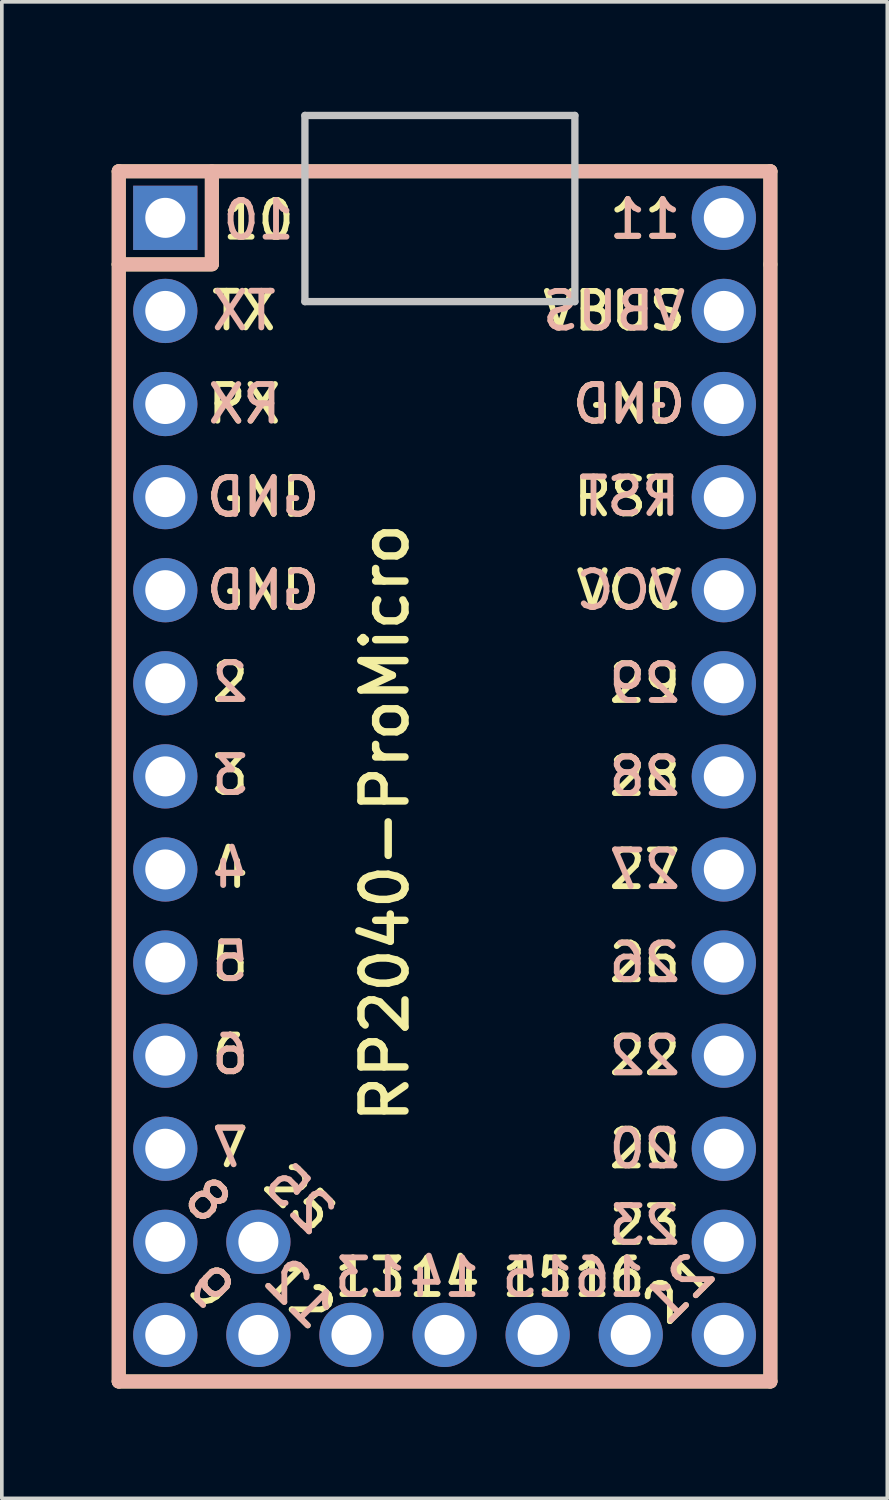
<source format=kicad_pcb>
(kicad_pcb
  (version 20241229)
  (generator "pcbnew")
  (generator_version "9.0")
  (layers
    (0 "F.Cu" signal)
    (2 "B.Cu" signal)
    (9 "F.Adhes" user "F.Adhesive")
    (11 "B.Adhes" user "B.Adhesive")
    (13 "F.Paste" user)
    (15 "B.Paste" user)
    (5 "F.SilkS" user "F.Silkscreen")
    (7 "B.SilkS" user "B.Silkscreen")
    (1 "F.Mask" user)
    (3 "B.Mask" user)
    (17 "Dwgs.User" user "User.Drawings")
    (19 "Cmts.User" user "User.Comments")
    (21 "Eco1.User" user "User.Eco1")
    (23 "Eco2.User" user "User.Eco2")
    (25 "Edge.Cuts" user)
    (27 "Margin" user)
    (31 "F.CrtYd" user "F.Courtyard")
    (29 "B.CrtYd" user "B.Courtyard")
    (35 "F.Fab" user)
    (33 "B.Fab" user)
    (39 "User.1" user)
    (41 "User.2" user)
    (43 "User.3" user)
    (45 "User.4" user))
  (footprint "RP2040-ProMicro"
    (layer "F.Cu")
    (at 11.07 17.414)
    (property "Reference" "RP2040-ProMicro" (at -3.615 1.99 270) (layer "F.SilkS") (effects (font (size 1.2 1.2) (thickness 0.203))))
    (attr through_hole allow_missing_courtyard)
    (fp_line (start -10.88 -15.79) (end -10.88 -13.25) (stroke (width 0.381) (type solid)) (layer "F.SilkS"))
    (fp_line (start -10.88 -13.25) (end -10.88 17.23) (stroke (width 0.381) (type solid)) (layer "F.SilkS"))
    (fp_line (start -10.88 17.23) (end 6.9 17.23) (stroke (width 0.381) (type solid)) (layer "F.SilkS"))
    (fp_line (start -8.34 -15.785) (end -8.34 -13.265) (stroke (width 0.381) (type solid)) (layer "F.SilkS"))
    (fp_line (start -8.34 -13.25) (end -10.88 -13.25) (stroke (width 0.381) (type solid)) (layer "F.SilkS"))
    (fp_line (start 6.9 -15.79) (end -10.88 -15.79) (stroke (width 0.381) (type solid)) (layer "F.SilkS"))
    (fp_line (start 6.9 -13.25) (end 6.9 -15.79) (stroke (width 0.381) (type solid)) (layer "F.SilkS"))
    (fp_line (start 6.9 17.23) (end 6.9 -13.25) (stroke (width 0.381) (type solid)) (layer "F.SilkS"))
    (fp_line (start -10.88 -15.79) (end -10.88 17.23) (stroke (width 0.381) (type solid)) (layer "B.SilkS"))
    (fp_line (start -10.88 17.23) (end 6.9 17.23) (stroke (width 0.381) (type solid)) (layer "B.SilkS"))
    (fp_line (start -8.34 -15.785) (end -8.34 -13.265) (stroke (width 0.381) (type solid)) (layer "B.SilkS"))
    (fp_line (start -8.34 -13.25) (end -10.88 -13.25) (stroke (width 0.381) (type solid)) (layer "B.SilkS"))
    (fp_line (start 6.9 -15.79) (end -10.88 -15.79) (stroke (width 0.381) (type solid)) (layer "B.SilkS"))
    (fp_line (start 6.9 17.23) (end 6.9 -15.79) (stroke (width 0.381) (type solid)) (layer "B.SilkS"))
    (fp_line (start -5.8 -17.314) (end 1.566 -17.314) (stroke (width 0.2) (type solid)) (layer "Dwgs.User"))
    (fp_line (start -5.8 -12.234) (end -5.8 -17.314) (stroke (width 0.2) (type solid)) (layer "Dwgs.User"))
    (fp_line (start 1.566 -17.314) (end 1.566 -12.234) (stroke (width 0.2) (type solid)) (layer "Dwgs.User"))
    (fp_line (start 1.566 -12.234) (end -5.8 -12.234) (stroke (width 0.2) (type solid)) (layer "Dwgs.User"))
    (fp_text user "13" (at -4.015 14.39 0) (layer "F.SilkS") (effects (font (size 1 1) (thickness 0.16))))
    (fp_text user "VCC" (at 3.046 -4.36 0) (layer "F.SilkS") (effects (font (size 1 1) (thickness 0.16))))
    (fp_text user "8" (at -8.465 12.29 315) (layer "F.SilkS") (effects (font (size 1 1) (thickness 0.16))))
    (fp_text user "9" (at -8.39 14.69 315) (layer "F.SilkS") (effects (font (size 1 1) (thickness 0.16))))
    (fp_text user "VBUS" (at 2.635 -11.98 0) (layer "F.SilkS") (effects (font (size 1 1) (thickness 0.16))))
    (fp_text user "15" (at 0.55 14.39 0) (layer "F.SilkS") (effects (font (size 1 1) (thickness 0.16))))
    (fp_text user "RST" (at 2.91 -6.91 0) (layer "F.SilkS") (effects (font (size 1 1) (thickness 0.16))))
    (fp_text user "22" (at 3.471 8.34 0) (layer "F.SilkS") (effects (font (size 1 1) (thickness 0.16))))
    (fp_text user "20" (at 3.471 10.88 0) (layer "F.SilkS") (effects (font (size 1 1) (thickness 0.16))))
    (fp_text user "GND" (at -6.94 -4.36 0) (layer "F.SilkS") (effects (font (size 1 1) (thickness 0.16))))
    (fp_text user "3" (at -7.84 0.69 0) (layer "F.SilkS") (effects (font (size 1 1) (thickness 0.16))))
    (fp_text user "6" (at -7.84 8.31 0) (layer "F.SilkS") (effects (font (size 1 1) (thickness 0.16))))
    (fp_text user "GND" (at -6.94 -6.9 0) (layer "F.SilkS") (effects (font (size 1 1) (thickness 0.16))))
    (fp_text user "16" (at 2.51 14.39 0) (layer "F.SilkS") (effects (font (size 1 1) (thickness 0.16))))
    (fp_text user "2" (at -7.84 -1.85 0) (layer "F.SilkS") (effects (font (size 1 1) (thickness 0.16))))
    (fp_text user "12" (at -5.94 14.84 315) (layer "F.SilkS") (effects (font (size 1 1) (thickness 0.16))))
    (fp_text user "11" (at 3.485 -14.485 0) (layer "F.SilkS") (effects (font (size 1 1) (thickness 0.16))))
    (fp_text user "28" (at 3.471 0.72 0) (layer "F.SilkS") (effects (font (size 1 1) (thickness 0.16))))
    (fp_text user "TX" (at -7.465 -11.985 0) (layer "F.SilkS") (effects (font (size 1 1) (thickness 0.16))))
    (fp_text user "5" (at -7.84 5.77 0) (layer "F.SilkS") (effects (font (size 1 1) (thickness 0.16))))
    (fp_text user "21" (at 4.41 14.69 45) (unlocked yes) (layer "F.SilkS") (effects (font (size 1 1) (thickness 0.16))))
    (fp_text user "27" (at 3.471 3.26 0) (layer "F.SilkS") (effects (font (size 1 1) (thickness 0.16))))
    (fp_text user "10" (at -7.065 -14.46 0) (layer "F.SilkS") (effects (font (size 1 1) (thickness 0.16))))
    (fp_text user "26" (at 3.471 5.8 0) (layer "F.SilkS") (effects (font (size 1 1) (thickness 0.16))))
    (fp_text user "GND" (at 3.046 -9.44 0) (layer "F.SilkS") (effects (font (size 1 1) (thickness 0.16))))
    (fp_text user "14" (at -1.99 14.39 0) (layer "F.SilkS") (effects (font (size 1 1) (thickness 0.16))))
    (fp_text user "23" (at 3.471 12.965 0) (layer "F.SilkS") (effects (font (size 1 1) (thickness 0.16))))
    (fp_text user "RX" (at -7.451 -9.44 0) (layer "F.SilkS") (effects (font (size 1 1) (thickness 0.16))))
    (fp_text user "7" (at -7.84 10.85 0) (layer "F.SilkS") (effects (font (size 1 1) (thickness 0.16))))
    (fp_text user "25" (at -5.94 12.24 315) (layer "F.SilkS") (effects (font (size 1 1) (thickness 0.16))))
    (fp_text user "4" (at -7.84 3.23 0) (layer "F.SilkS") (effects (font (size 1 1) (thickness 0.16))))
    (fp_text user "29" (at 3.471 -1.82 0) (layer "F.SilkS") (effects (font (size 1 1) (thickness 0.16))))
    (fp_text user "15" (at 0.55 14.39 0) (layer "B.SilkS") (effects (font (size 1 1) (thickness 0.16)) (justify mirror)))
    (fp_text user "5" (at -7.84 5.77 0) (layer "B.SilkS") (effects (font (size 1 1) (thickness 0.16)) (justify mirror)))
    (fp_text user "4" (at -7.84 3.23 0) (layer "B.SilkS") (effects (font (size 1 1) (thickness 0.16)) (justify mirror)))
    (fp_text user "25" (at -5.94 12.24 315) (layer "B.SilkS") (effects (font (size 1 1) (thickness 0.16)) (justify mirror)))
    (fp_text user "11" (at 3.485 -14.485 0) (layer "B.SilkS") (effects (font (size 1 1) (thickness 0.16)) (justify mirror)))
    (fp_text user "GND" (at -6.94 -4.36 0) (layer "B.SilkS") (effects (font (size 1 1) (thickness 0.16)) (justify mirror)))
    (fp_text user "13" (at -4.015 14.39 0) (layer "B.SilkS") (effects (font (size 1 1) (thickness 0.16)) (justify mirror)))
    (fp_text user "12" (at -5.94 14.84 315) (layer "B.SilkS") (effects (font (size 1 1) (thickness 0.16)) (justify mirror)))
    (fp_text user "23" (at 3.471 12.965 0) (layer "B.SilkS") (effects (font (size 1 1) (thickness 0.16)) (justify mirror)))
    (fp_text user "RX" (at -7.451 -9.44 0) (layer "B.SilkS") (effects (font (size 1 1) (thickness 0.16)) (justify mirror)))
    (fp_text user "22" (at 3.471 8.34 0) (layer "B.SilkS") (effects (font (size 1 1) (thickness 0.16)) (justify mirror)))
    (fp_text user "16" (at 2.51 14.39 0) (layer "B.SilkS") (effects (font (size 1 1) (thickness 0.16)) (justify mirror)))
    (fp_text user "20" (at 3.471 10.88 0) (layer "B.SilkS") (effects (font (size 1 1) (thickness 0.16)) (justify mirror)))
    (fp_text user "26" (at 3.471 5.8 0) (layer "B.SilkS") (effects (font (size 1 1) (thickness 0.16)) (justify mirror)))
    (fp_text user "10" (at -7.065 -14.46 0) (layer "B.SilkS") (effects (font (size 1 1) (thickness 0.16)) (justify mirror)))
    (fp_text user "21" (at 4.41 14.69 45) (unlocked yes) (layer "B.SilkS") (effects (font (size 1 1) (thickness 0.16)) (justify mirror)))
    (fp_text user "6" (at -7.84 8.31 0) (layer "B.SilkS") (effects (font (size 1 1) (thickness 0.16)) (justify mirror)))
    (fp_text user "8" (at -8.465 12.29 315) (layer "B.SilkS") (effects (font (size 1 1) (thickness 0.16)) (justify mirror)))
    (fp_text user "TX" (at -7.465 -11.985 0) (layer "B.SilkS") (effects (font (size 1 1) (thickness 0.16)) (justify mirror)))
    (fp_text user "28" (at 3.471 0.72 0) (layer "B.SilkS") (effects (font (size 1 1) (thickness 0.16)) (justify mirror)))
    (fp_text user "27" (at 3.471 3.26 0) (layer "B.SilkS") (effects (font (size 1 1) (thickness 0.16)) (justify mirror)))
    (fp_text user "GND" (at -6.94 -6.9 0) (layer "B.SilkS") (effects (font (size 1 1) (thickness 0.16)) (justify mirror)))
    (fp_text user "3" (at -7.84 0.69 0) (layer "B.SilkS") (effects (font (size 1 1) (thickness 0.16)) (justify mirror)))
    (fp_text user "VCC" (at 3.046 -4.36 0) (layer "B.SilkS") (effects (font (size 1 1) (thickness 0.16)) (justify mirror)))
    (fp_text user "7" (at -7.84 10.85 0) (layer "B.SilkS") (effects (font (size 1 1) (thickness 0.16)) (justify mirror)))
    (fp_text user "9" (at -8.39 14.69 315) (layer "B.SilkS") (effects (font (size 1 1) (thickness 0.16)) (justify mirror)))
    (fp_text user "RST" (at 3.05 -6.92 0) (layer "B.SilkS") (effects (font (size 1 1) (thickness 0.16)) (justify mirror)))
    (fp_text user "14" (at -1.99 14.39 0) (layer "B.SilkS") (effects (font (size 1 1) (thickness 0.16)) (justify mirror)))
    (fp_text user "GND" (at 3.046 -9.44 0) (layer "B.SilkS") (effects (font (size 1 1) (thickness 0.16)) (justify mirror)))
    (fp_text user "VBUS" (at 2.635 -11.98 0) (layer "B.SilkS") (effects (font (size 1 1) (thickness 0.16)) (justify mirror)))
    (fp_text user "29" (at 3.471 -1.82 0) (layer "B.SilkS") (effects (font (size 1 1) (thickness 0.16)) (justify mirror)))
    (fp_text user "2" (at -7.84 -1.85 0) (layer "B.SilkS") (effects (font (size 1 1) (thickness 0.16)) (justify mirror)))
    (pad "1" thru_hole rect (at -9.61 -14.52 270) (size 1.753 1.753) (drill 1.092) (layers "*.Cu" "*.Mask"))
    (pad "2" thru_hole circle (at -9.61 -11.98 270) (size 1.753 1.753) (drill 1.092) (layers "*.Cu" "*.Mask"))
    (pad "3" thru_hole circle (at -9.61 -9.44 270) (size 1.753 1.753) (drill 1.092) (layers "*.Cu" "*.Mask"))
    (pad "4" thru_hole circle (at -9.61 -6.9 270) (size 1.753 1.753) (drill 1.092) (layers "*.Cu" "*.Mask"))
    (pad "5" thru_hole circle (at -9.61 -4.36 270) (size 1.753 1.753) (drill 1.092) (layers "*.Cu" "*.Mask"))
    (pad "6" thru_hole circle (at -9.61 -1.82 270) (size 1.753 1.753) (drill 1.092) (layers "*.Cu" "*.Mask"))
    (pad "7" thru_hole circle (at -9.61 0.72 270) (size 1.753 1.753) (drill 1.092) (layers "*.Cu" "*.Mask"))
    (pad "8" thru_hole circle (at -9.61 3.26 270) (size 1.753 1.753) (drill 1.092) (layers "*.Cu" "*.Mask"))
    (pad "9" thru_hole circle (at -9.61 5.8 270) (size 1.753 1.753) (drill 1.092) (layers "*.Cu" "*.Mask"))
    (pad "10" thru_hole circle (at -9.61 8.34 270) (size 1.753 1.753) (drill 1.092) (layers "*.Cu" "*.Mask"))
    (pad "11" thru_hole circle (at -9.61 10.88 270) (size 1.753 1.753) (drill 1.092) (layers "*.Cu" "*.Mask"))
    (pad "12" thru_hole circle (at -9.61 13.42 270) (size 1.753 1.753) (drill 1.092) (layers "*.Cu" "*.Mask"))
    (pad "13" thru_hole circle (at -9.61 15.96 270) (size 1.753 1.753) (drill 1.092) (layers "*.Cu" "*.Mask"))
    (pad "14" thru_hole circle (at -7.07 15.96 270) (size 1.753 1.753) (drill 1.092) (layers "*.Cu" "*.Mask"))
    (pad "15" thru_hole circle (at -4.53 15.96 270) (size 1.753 1.753) (drill 1.092) (layers "*.Cu" "*.Mask"))
    (pad "16" thru_hole circle (at -1.99 15.96 270) (size 1.753 1.753) (drill 1.092) (layers "*.Cu" "*.Mask"))
    (pad "17" thru_hole circle (at 0.55 15.96 270) (size 1.753 1.753) (drill 1.092) (layers "*.Cu" "*.Mask"))
    (pad "18" thru_hole circle (at 3.09 15.96 270) (size 1.753 1.753) (drill 1.092) (layers "*.Cu" "*.Mask"))
    (pad "19" thru_hole circle (at 5.63 15.96 270) (size 1.753 1.753) (drill 1.092) (layers "*.Cu" "*.Mask"))
    (pad "20" thru_hole circle (at 5.63 13.42 270) (size 1.753 1.753) (drill 1.092) (layers "*.Cu" "*.Mask"))
    (pad "21" thru_hole circle (at 5.63 10.88 270) (size 1.753 1.753) (drill 1.092) (layers "*.Cu" "*.Mask"))
    (pad "22" thru_hole circle (at 5.63 8.34 270) (size 1.753 1.753) (drill 1.092) (layers "*.Cu" "*.Mask"))
    (pad "23" thru_hole circle (at 5.63 5.8 270) (size 1.753 1.753) (drill 1.092) (layers "*.Cu" "*.Mask"))
    (pad "24" thru_hole circle (at 5.63 3.26 270) (size 1.753 1.753) (drill 1.092) (layers "*.Cu" "*.Mask"))
    (pad "25" thru_hole circle (at 5.63 0.72 270) (size 1.753 1.753) (drill 1.092) (layers "*.Cu" "*.Mask"))
    (pad "26" thru_hole circle (at 5.63 -1.82 270) (size 1.753 1.753) (drill 1.092) (layers "*.Cu" "*.Mask"))
    (pad "27" thru_hole circle (at 5.63 -4.36 270) (size 1.753 1.753) (drill 1.092) (layers "*.Cu" "*.Mask"))
    (pad "28" thru_hole circle (at 5.63 -6.9 270) (size 1.753 1.753) (drill 1.092) (layers "*.Cu" "*.Mask"))
    (pad "29" thru_hole circle (at 5.63 -9.44 270) (size 1.753 1.753) (drill 1.092) (layers "*.Cu" "*.Mask"))
    (pad "30" thru_hole circle (at 5.63 -11.98 270) (size 1.753 1.753) (drill 1.092) (layers "*.Cu" "*.Mask"))
    (pad "31" thru_hole circle (at 5.63 -14.52 270) (size 1.753 1.753) (drill 1.092) (layers "*.Cu" "*.Mask"))
    (pad "32" thru_hole circle (at -7.07 13.42 270) (size 1.753 1.753) (drill 1.092) (layers "*.Cu" "*.Mask")))
  (gr_rect
    (start -3 -3)
    (end 21.161 37.834)
    (stroke (width 0.1) (type default))
    (fill no)
    (layer "Edge.Cuts")))
</source>
